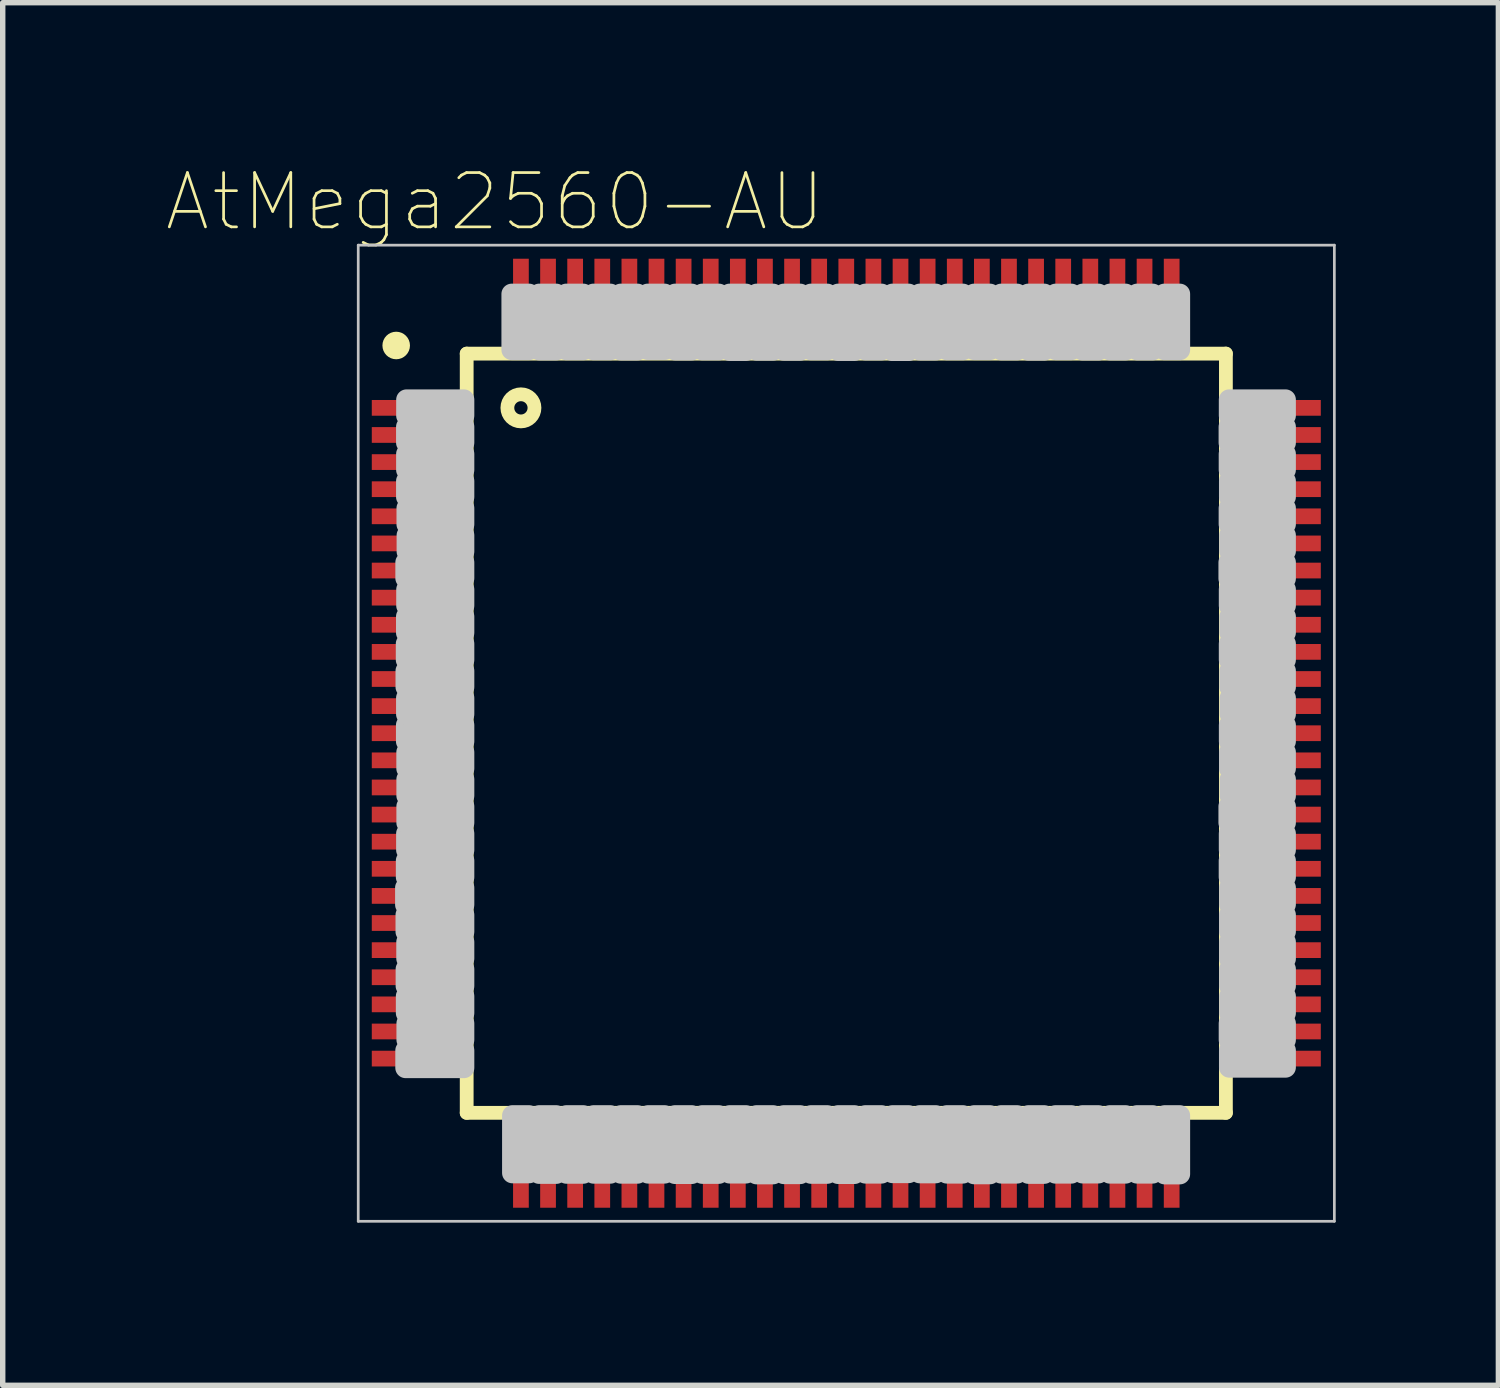
<source format=kicad_pcb>
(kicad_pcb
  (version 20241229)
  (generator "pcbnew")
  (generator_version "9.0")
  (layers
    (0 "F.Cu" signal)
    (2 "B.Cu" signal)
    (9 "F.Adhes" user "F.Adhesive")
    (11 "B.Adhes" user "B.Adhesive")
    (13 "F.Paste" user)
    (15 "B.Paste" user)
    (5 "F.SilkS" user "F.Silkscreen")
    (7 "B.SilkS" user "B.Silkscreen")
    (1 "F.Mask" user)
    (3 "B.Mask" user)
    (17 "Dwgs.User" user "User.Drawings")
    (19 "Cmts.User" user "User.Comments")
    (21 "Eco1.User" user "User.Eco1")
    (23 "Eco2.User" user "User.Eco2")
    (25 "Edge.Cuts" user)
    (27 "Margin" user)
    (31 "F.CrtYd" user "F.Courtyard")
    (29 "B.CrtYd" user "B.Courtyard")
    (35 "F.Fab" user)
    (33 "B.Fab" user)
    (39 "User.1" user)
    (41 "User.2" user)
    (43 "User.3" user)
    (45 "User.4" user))
  (footprint "AtMega2560-AU"
    (layer "F.Cu")
    (at 12.556 10.471)
    (property "Reference" "AtMega2560-AU" (at -6.478 -9.798 0) (layer "F.SilkS") (effects (font (size 1.001 1.001) (thickness 0.05))))
    (attr smd)
    (fp_line (start -7 -7) (end 7 -7) (stroke (width 0.254) (type solid)) (layer "F.SilkS"))
    (fp_line (start -7 7) (end -7 -7) (stroke (width 0.254) (type solid)) (layer "F.SilkS"))
    (fp_line (start 7 -7) (end 7 7) (stroke (width 0.254) (type solid)) (layer "F.SilkS"))
    (fp_line (start 7 7) (end -7 7) (stroke (width 0.254) (type solid)) (layer "F.SilkS"))
    (fp_circle (center -8.3 -7.15) (end -8.046 -7.15) (stroke (width 0) (type solid)) (fill yes) (layer "F.SilkS"))
    (fp_circle (center -6 -6) (end -5.75 -6) (stroke (width 0.254) (type solid)) (fill no) (layer "F.SilkS"))
    (fp_line (start -9 -9) (end 9 -9) (stroke (width 0.05) (type solid)) (layer "Dwgs.User"))
    (fp_line (start -9 9) (end -9 -9) (stroke (width 0.05) (type solid)) (layer "Dwgs.User"))
    (fp_line (start 9 -9) (end 9 9) (stroke (width 0.05) (type solid)) (layer "Dwgs.User"))
    (fp_line (start 9 9) (end -9 9) (stroke (width 0.05) (type solid)) (layer "Dwgs.User"))
    (fp_poly (pts (xy -8.13 2.85) (xy -7.05 2.85) (xy -7.05 3.162) (xy -8.13 3.162)) (stroke (width 0.381) (type solid)) (fill no) (layer "Dwgs.User"))
    (fp_poly (pts (xy -8.126 5.85) (xy -7.05 5.85) (xy -7.05 6.17) (xy -8.126 6.17)) (stroke (width 0.381) (type solid)) (fill no) (layer "Dwgs.User"))
    (fp_poly (pts (xy -8.125 -3.15) (xy -7.05 -3.15) (xy -7.05 -2.859) (xy -8.125 -2.859)) (stroke (width 0.381) (type solid)) (fill no) (layer "Dwgs.User"))
    (fp_poly (pts (xy -8.122 -1.15) (xy -7.05 -1.15) (xy -7.05 -0.852) (xy -8.122 -0.852)) (stroke (width 0.381) (type solid)) (fill no) (layer "Dwgs.User"))
    (fp_poly (pts (xy -8.122 3.35) (xy -7.05 3.35) (xy -7.05 3.66) (xy -8.122 3.66)) (stroke (width 0.381) (type solid)) (fill no) (layer "Dwgs.User"))
    (fp_poly (pts (xy -8.12 4.35) (xy -7.05 4.35) (xy -7.05 4.661) (xy -8.12 4.661)) (stroke (width 0.381) (type solid)) (fill no) (layer "Dwgs.User"))
    (fp_poly (pts (xy -8.117 -1.65) (xy -7.05 -1.65) (xy -7.05 -1.353) (xy -8.117 -1.353)) (stroke (width 0.381) (type solid)) (fill no) (layer "Dwgs.User"))
    (fp_poly (pts (xy -8.116 4.85) (xy -7.05 4.85) (xy -7.05 5.16) (xy -8.116 5.16)) (stroke (width 0.381) (type solid)) (fill no) (layer "Dwgs.User"))
    (fp_poly (pts (xy -8.116 2.35) (xy -7.05 2.35) (xy -7.05 2.655) (xy -8.116 2.655)) (stroke (width 0.381) (type solid)) (fill no) (layer "Dwgs.User"))
    (fp_poly (pts (xy -8.114 -0.15) (xy -7.05 -0.15) (xy -7.05 0.15) (xy -8.114 0.15)) (stroke (width 0.381) (type solid)) (fill no) (layer "Dwgs.User"))
    (fp_poly (pts (xy -8.113 -2.15) (xy -7.05 -2.15) (xy -7.05 -1.853) (xy -8.113 -1.853)) (stroke (width 0.381) (type solid)) (fill no) (layer "Dwgs.User"))
    (fp_poly (pts (xy -8.112 -4.65) (xy -7.05 -4.65) (xy -7.05 -4.357) (xy -8.112 -4.357)) (stroke (width 0.381) (type solid)) (fill no) (layer "Dwgs.User"))
    (fp_poly (pts (xy -8.112 -0.65) (xy -7.05 -0.65) (xy -7.05 -0.351) (xy -8.112 -0.351)) (stroke (width 0.381) (type solid)) (fill no) (layer "Dwgs.User"))
    (fp_poly (pts (xy -8.112 -5.65) (xy -7.05 -5.65) (xy -7.05 -5.358) (xy -8.112 -5.358)) (stroke (width 0.381) (type solid)) (fill no) (layer "Dwgs.User"))
    (fp_poly (pts (xy -8.111 1.85) (xy -7.05 1.85) (xy -7.05 2.153) (xy -8.111 2.153)) (stroke (width 0.381) (type solid)) (fill no) (layer "Dwgs.User"))
    (fp_poly (pts (xy -8.111 -5.15) (xy -7.05 -5.15) (xy -7.05 -4.856) (xy -8.111 -4.856)) (stroke (width 0.381) (type solid)) (fill no) (layer "Dwgs.User"))
    (fp_poly (pts (xy -8.11 -6.15) (xy -7.05 -6.15) (xy -7.05 -5.857) (xy -8.11 -5.857)) (stroke (width 0.381) (type solid)) (fill no) (layer "Dwgs.User"))
    (fp_poly (pts (xy -8.109 -2.65) (xy -7.05 -2.65) (xy -7.05 -2.353) (xy -8.109 -2.353)) (stroke (width 0.381) (type solid)) (fill no) (layer "Dwgs.User"))
    (fp_poly (pts (xy -8.108 3.85) (xy -7.05 3.85) (xy -7.05 4.154) (xy -8.108 4.154)) (stroke (width 0.381) (type solid)) (fill no) (layer "Dwgs.User"))
    (fp_poly (pts (xy -8.107 0.35) (xy -7.05 0.35) (xy -7.05 0.651) (xy -8.107 0.651)) (stroke (width 0.381) (type solid)) (fill no) (layer "Dwgs.User"))
    (fp_poly (pts (xy -8.106 0.85) (xy -7.05 0.85) (xy -7.05 1.151) (xy -8.106 1.151)) (stroke (width 0.381) (type solid)) (fill no) (layer "Dwgs.User"))
    (fp_poly (pts (xy -8.106 1.35) (xy -7.05 1.35) (xy -7.05 1.651) (xy -8.106 1.651)) (stroke (width 0.381) (type solid)) (fill no) (layer "Dwgs.User"))
    (fp_poly (pts (xy -8.105 5.35) (xy -7.05 5.35) (xy -7.05 5.653) (xy -8.105 5.653)) (stroke (width 0.381) (type solid)) (fill no) (layer "Dwgs.User"))
    (fp_poly (pts (xy -8.104 -4.15) (xy -7.05 -4.15) (xy -7.05 -3.852) (xy -8.104 -3.852)) (stroke (width 0.381) (type solid)) (fill no) (layer "Dwgs.User"))
    (fp_poly (pts (xy -8.102 -3.65) (xy -7.05 -3.65) (xy -7.05 -3.351) (xy -8.102 -3.351)) (stroke (width 0.381) (type solid)) (fill no) (layer "Dwgs.User"))
    (fp_poly (pts (xy -6.169 -8.1) (xy -5.85 -8.1) (xy -5.85 -7.071) (xy -6.169 -7.071)) (stroke (width 0.381) (type solid)) (fill no) (layer "Dwgs.User"))
    (fp_poly (pts (xy -6.157 7.05) (xy -5.85 7.05) (xy -5.85 8.109) (xy -6.157 8.109)) (stroke (width 0.381) (type solid)) (fill no) (layer "Dwgs.User"))
    (fp_poly (pts (xy -5.664 7.05) (xy -5.35 7.05) (xy -5.35 8.12) (xy -5.664 8.12)) (stroke (width 0.381) (type solid)) (fill no) (layer "Dwgs.User"))
    (fp_poly (pts (xy -5.663 -8.1) (xy -5.35 -8.1) (xy -5.35 -7.066) (xy -5.663 -7.066)) (stroke (width 0.381) (type solid)) (fill no) (layer "Dwgs.User"))
    (fp_poly (pts (xy -5.164 -8.1) (xy -4.85 -8.1) (xy -4.85 -7.069) (xy -5.164 -7.069)) (stroke (width 0.381) (type solid)) (fill no) (layer "Dwgs.User"))
    (fp_poly (pts (xy -5.161 7.05) (xy -4.85 7.05) (xy -4.85 8.117) (xy -5.161 8.117)) (stroke (width 0.381) (type solid)) (fill no) (layer "Dwgs.User"))
    (fp_poly (pts (xy -4.663 -8.1) (xy -4.35 -8.1) (xy -4.35 -7.069) (xy -4.663 -7.069)) (stroke (width 0.381) (type solid)) (fill no) (layer "Dwgs.User"))
    (fp_poly (pts (xy -4.659 7.05) (xy -4.35 7.05) (xy -4.35 8.116) (xy -4.659 8.116)) (stroke (width 0.381) (type solid)) (fill no) (layer "Dwgs.User"))
    (fp_poly (pts (xy -4.159 -8.1) (xy -3.85 -8.1) (xy -3.85 -7.065) (xy -4.159 -7.065)) (stroke (width 0.381) (type solid)) (fill no) (layer "Dwgs.User"))
    (fp_poly (pts (xy -4.158 7.05) (xy -3.85 7.05) (xy -3.85 8.116) (xy -4.158 8.116)) (stroke (width 0.381) (type solid)) (fill no) (layer "Dwgs.User"))
    (fp_poly (pts (xy -3.662 -8.1) (xy -3.35 -8.1) (xy -3.35 -7.074) (xy -3.662 -7.074)) (stroke (width 0.381) (type solid)) (fill no) (layer "Dwgs.User"))
    (fp_poly (pts (xy -3.656 7.05) (xy -3.35 7.05) (xy -3.35 8.114) (xy -3.656 8.114)) (stroke (width 0.381) (type solid)) (fill no) (layer "Dwgs.User"))
    (fp_poly (pts (xy -3.159 7.05) (xy -2.85 7.05) (xy -2.85 8.122) (xy -3.159 8.122)) (stroke (width 0.381) (type solid)) (fill no) (layer "Dwgs.User"))
    (fp_poly (pts (xy -3.157 -8.1) (xy -2.85 -8.1) (xy -2.85 -7.065) (xy -3.157 -7.065)) (stroke (width 0.381) (type solid)) (fill no) (layer "Dwgs.User"))
    (fp_poly (pts (xy -2.656 7.05) (xy -2.35 7.05) (xy -2.35 8.119) (xy -2.656 8.119)) (stroke (width 0.381) (type solid)) (fill no) (layer "Dwgs.User"))
    (fp_poly (pts (xy -2.656 -8.1) (xy -2.35 -8.1) (xy -2.35 -7.067) (xy -2.656 -7.067)) (stroke (width 0.381) (type solid)) (fill no) (layer "Dwgs.User"))
    (fp_poly (pts (xy -2.153 7.05) (xy -1.85 7.05) (xy -1.85 8.113) (xy -2.153 8.113)) (stroke (width 0.381) (type solid)) (fill no) (layer "Dwgs.User"))
    (fp_poly (pts (xy -2.152 -8.1) (xy -1.85 -8.1) (xy -1.85 -7.056) (xy -2.152 -7.056)) (stroke (width 0.381) (type solid)) (fill no) (layer "Dwgs.User"))
    (fp_poly (pts (xy -1.656 7.05) (xy -1.35 7.05) (xy -1.35 8.128) (xy -1.656 8.128)) (stroke (width 0.381) (type solid)) (fill no) (layer "Dwgs.User"))
    (fp_poly (pts (xy -1.653 -8.1) (xy -1.35 -8.1) (xy -1.35 -7.061) (xy -1.653 -7.061)) (stroke (width 0.381) (type solid)) (fill no) (layer "Dwgs.User"))
    (fp_poly (pts (xy -1.153 7.05) (xy -0.85 7.05) (xy -0.85 8.124) (xy -1.153 8.124)) (stroke (width 0.381) (type solid)) (fill no) (layer "Dwgs.User"))
    (fp_poly (pts (xy -1.152 -8.1) (xy -0.85 -8.1) (xy -0.85 -7.06) (xy -1.152 -7.06)) (stroke (width 0.381) (type solid)) (fill no) (layer "Dwgs.User"))
    (fp_poly (pts (xy -0.652 -8.1) (xy -0.35 -8.1) (xy -0.35 -7.068) (xy -0.652 -7.068)) (stroke (width 0.381) (type solid)) (fill no) (layer "Dwgs.User"))
    (fp_poly (pts (xy -0.651 7.05) (xy -0.35 7.05) (xy -0.35 8.118) (xy -0.651 8.118)) (stroke (width 0.381) (type solid)) (fill no) (layer "Dwgs.User"))
    (fp_poly (pts (xy -0.151 7.05) (xy 0.15 7.05) (xy 0.15 8.122) (xy -0.151 8.122)) (stroke (width 0.381) (type solid)) (fill no) (layer "Dwgs.User"))
    (fp_poly (pts (xy -0.15 -8.1) (xy 0.15 -8.1) (xy 0.15 -7.056) (xy -0.15 -7.056)) (stroke (width 0.381) (type solid)) (fill no) (layer "Dwgs.User"))
    (fp_poly (pts (xy 0.351 7.05) (xy 0.65 7.05) (xy 0.65 8.114) (xy 0.351 8.114)) (stroke (width 0.381) (type solid)) (fill no) (layer "Dwgs.User"))
    (fp_poly (pts (xy 0.351 -8.1) (xy 0.65 -8.1) (xy 0.65 -7.066) (xy 0.351 -7.066)) (stroke (width 0.381) (type solid)) (fill no) (layer "Dwgs.User"))
    (fp_poly (pts (xy 0.85 -8.1) (xy 1.15 -8.1) (xy 1.15 -7.054) (xy 0.85 -7.054)) (stroke (width 0.381) (type solid)) (fill no) (layer "Dwgs.User"))
    (fp_poly (pts (xy 0.851 7.05) (xy 1.15 7.05) (xy 1.15 8.106) (xy 0.851 8.106)) (stroke (width 0.381) (type solid)) (fill no) (layer "Dwgs.User"))
    (fp_poly (pts (xy 1.352 7.05) (xy 1.65 7.05) (xy 1.65 8.109) (xy 1.352 8.109)) (stroke (width 0.381) (type solid)) (fill no) (layer "Dwgs.User"))
    (fp_poly (pts (xy 1.353 -8.1) (xy 1.65 -8.1) (xy 1.65 -7.065) (xy 1.353 -7.065)) (stroke (width 0.381) (type solid)) (fill no) (layer "Dwgs.User"))
    (fp_poly (pts (xy 1.853 7.05) (xy 2.15 7.05) (xy 2.15 8.114) (xy 1.853 8.114)) (stroke (width 0.381) (type solid)) (fill no) (layer "Dwgs.User"))
    (fp_poly (pts (xy 1.855 -8.1) (xy 2.15 -8.1) (xy 2.15 -7.069) (xy 1.855 -7.069)) (stroke (width 0.381) (type solid)) (fill no) (layer "Dwgs.User"))
    (fp_poly (pts (xy 2.357 -8.1) (xy 2.65 -8.1) (xy 2.65 -7.072) (xy 2.357 -7.072)) (stroke (width 0.381) (type solid)) (fill no) (layer "Dwgs.User"))
    (fp_poly (pts (xy 2.358 7.05) (xy 2.65 7.05) (xy 2.65 8.127) (xy 2.358 8.127)) (stroke (width 0.381) (type solid)) (fill no) (layer "Dwgs.User"))
    (fp_poly (pts (xy 2.855 7.05) (xy 3.15 7.05) (xy 3.15 8.114) (xy 2.855 8.114)) (stroke (width 0.381) (type solid)) (fill no) (layer "Dwgs.User"))
    (fp_poly (pts (xy 2.857 -8.1) (xy 3.15 -8.1) (xy 3.15 -7.067) (xy 2.857 -7.067)) (stroke (width 0.381) (type solid)) (fill no) (layer "Dwgs.User"))
    (fp_poly (pts (xy 3.356 -8.1) (xy 3.65 -8.1) (xy 3.65 -7.062) (xy 3.356 -7.062)) (stroke (width 0.381) (type solid)) (fill no) (layer "Dwgs.User"))
    (fp_poly (pts (xy 3.358 7.05) (xy 3.65 7.05) (xy 3.65 8.119) (xy 3.358 8.119)) (stroke (width 0.381) (type solid)) (fill no) (layer "Dwgs.User"))
    (fp_poly (pts (xy 3.857 7.05) (xy 4.15 7.05) (xy 4.15 8.115) (xy 3.857 8.115)) (stroke (width 0.381) (type solid)) (fill no) (layer "Dwgs.User"))
    (fp_poly (pts (xy 3.861 -8.1) (xy 4.15 -8.1) (xy 4.15 -7.071) (xy 3.861 -7.071)) (stroke (width 0.381) (type solid)) (fill no) (layer "Dwgs.User"))
    (fp_poly (pts (xy 4.356 7.05) (xy 4.65 7.05) (xy 4.65 8.112) (xy 4.356 8.112)) (stroke (width 0.381) (type solid)) (fill no) (layer "Dwgs.User"))
    (fp_poly (pts (xy 4.359 -8.1) (xy 4.65 -8.1) (xy 4.65 -7.064) (xy 4.359 -7.064)) (stroke (width 0.381) (type solid)) (fill no) (layer "Dwgs.User"))
    (fp_poly (pts (xy 4.859 7.05) (xy 5.15 7.05) (xy 5.15 8.115) (xy 4.859 8.115)) (stroke (width 0.381) (type solid)) (fill no) (layer "Dwgs.User"))
    (fp_poly (pts (xy 4.861 -8.1) (xy 5.15 -8.1) (xy 5.15 -7.066) (xy 4.861 -7.066)) (stroke (width 0.381) (type solid)) (fill no) (layer "Dwgs.User"))
    (fp_poly (pts (xy 5.359 7.05) (xy 5.65 7.05) (xy 5.65 8.114) (xy 5.359 8.114)) (stroke (width 0.381) (type solid)) (fill no) (layer "Dwgs.User"))
    (fp_poly (pts (xy 5.363 -8.1) (xy 5.65 -8.1) (xy 5.65 -7.067) (xy 5.363 -7.067)) (stroke (width 0.381) (type solid)) (fill no) (layer "Dwgs.User"))
    (fp_poly (pts (xy 5.866 -8.1) (xy 6.15 -8.1) (xy 6.15 -7.07) (xy 5.866 -7.07)) (stroke (width 0.381) (type solid)) (fill no) (layer "Dwgs.User"))
    (fp_poly (pts (xy 5.871 7.05) (xy 6.15 7.05) (xy 6.15 8.129) (xy 5.871 8.129)) (stroke (width 0.381) (type solid)) (fill no) (layer "Dwgs.User"))
    (fp_poly (pts (xy 7.053 1.35) (xy 8.1 1.35) (xy 8.1 1.651) (xy 7.053 1.651)) (stroke (width 0.381) (type solid)) (fill no) (layer "Dwgs.User"))
    (fp_poly (pts (xy 7.053 -3.15) (xy 8.1 -3.15) (xy 8.1 -2.851) (xy 7.053 -2.851)) (stroke (width 0.381) (type solid)) (fill no) (layer "Dwgs.User"))
    (fp_poly (pts (xy 7.056 -5.65) (xy 8.1 -5.65) (xy 8.1 -5.355) (xy 7.056 -5.355)) (stroke (width 0.381) (type solid)) (fill no) (layer "Dwgs.User"))
    (fp_poly (pts (xy 7.057 -4.15) (xy 8.1 -4.15) (xy 8.1 -3.854) (xy 7.057 -3.854)) (stroke (width 0.381) (type solid)) (fill no) (layer "Dwgs.User"))
    (fp_poly (pts (xy 7.058 5.35) (xy 8.1 5.35) (xy 8.1 5.656) (xy 7.058 5.656)) (stroke (width 0.381) (type solid)) (fill no) (layer "Dwgs.User"))
    (fp_poly (pts (xy 7.058 2.35) (xy 8.1 2.35) (xy 8.1 2.653) (xy 7.058 2.653)) (stroke (width 0.381) (type solid)) (fill no) (layer "Dwgs.User"))
    (fp_poly (pts (xy 7.058 -5.15) (xy 8.1 -5.15) (xy 8.1 -4.856) (xy 7.058 -4.856)) (stroke (width 0.381) (type solid)) (fill no) (layer "Dwgs.User"))
    (fp_poly (pts (xy 7.06 -2.65) (xy 8.1 -2.65) (xy 8.1 -2.353) (xy 7.06 -2.353)) (stroke (width 0.381) (type solid)) (fill no) (layer "Dwgs.User"))
    (fp_poly (pts (xy 7.06 1.85) (xy 8.1 1.85) (xy 8.1 2.153) (xy 7.06 2.153)) (stroke (width 0.381) (type solid)) (fill no) (layer "Dwgs.User"))
    (fp_poly (pts (xy 7.06 -1.65) (xy 8.1 -1.65) (xy 8.1 -1.352) (xy 7.06 -1.352)) (stroke (width 0.381) (type solid)) (fill no) (layer "Dwgs.User"))
    (fp_poly (pts (xy 7.06 -6.15) (xy 8.1 -6.15) (xy 8.1 -5.858) (xy 7.06 -5.858)) (stroke (width 0.381) (type solid)) (fill no) (layer "Dwgs.User"))
    (fp_poly (pts (xy 7.061 -0.15) (xy 8.1 -0.15) (xy 8.1 0.15) (xy 7.061 0.15)) (stroke (width 0.381) (type solid)) (fill no) (layer "Dwgs.User"))
    (fp_poly (pts (xy 7.063 -4.65) (xy 8.1 -4.65) (xy 8.1 -4.358) (xy 7.063 -4.358)) (stroke (width 0.381) (type solid)) (fill no) (layer "Dwgs.User"))
    (fp_poly (pts (xy 7.063 5.85) (xy 8.1 5.85) (xy 8.1 6.161) (xy 7.063 6.161)) (stroke (width 0.381) (type solid)) (fill no) (layer "Dwgs.User"))
    (fp_poly (pts (xy 7.064 3.35) (xy 8.1 3.35) (xy 8.1 3.657) (xy 7.064 3.657)) (stroke (width 0.381) (type solid)) (fill no) (layer "Dwgs.User"))
    (fp_poly (pts (xy 7.064 0.35) (xy 8.1 0.35) (xy 8.1 0.651) (xy 7.064 0.651)) (stroke (width 0.381) (type solid)) (fill no) (layer "Dwgs.User"))
    (fp_poly (pts (xy 7.065 3.85) (xy 8.1 3.85) (xy 8.1 4.159) (xy 7.065 4.159)) (stroke (width 0.381) (type solid)) (fill no) (layer "Dwgs.User"))
    (fp_poly (pts (xy 7.066 4.35) (xy 8.1 4.35) (xy 8.1 4.66) (xy 7.066 4.66)) (stroke (width 0.381) (type solid)) (fill no) (layer "Dwgs.User"))
    (fp_poly (pts (xy 7.066 2.85) (xy 8.1 2.85) (xy 8.1 3.157) (xy 7.066 3.157)) (stroke (width 0.381) (type solid)) (fill no) (layer "Dwgs.User"))
    (fp_poly (pts (xy 7.067 4.85) (xy 8.1 4.85) (xy 8.1 5.162) (xy 7.067 5.162)) (stroke (width 0.381) (type solid)) (fill no) (layer "Dwgs.User"))
    (fp_poly (pts (xy 7.067 -3.65) (xy 8.1 -3.65) (xy 8.1 -3.358) (xy 7.067 -3.358)) (stroke (width 0.381) (type solid)) (fill no) (layer "Dwgs.User"))
    (fp_poly (pts (xy 7.07 -1.15) (xy 8.1 -1.15) (xy 8.1 -0.852) (xy 7.07 -0.852)) (stroke (width 0.381) (type solid)) (fill no) (layer "Dwgs.User"))
    (fp_poly (pts (xy 7.07 -2.15) (xy 8.1 -2.15) (xy 8.1 -1.855) (xy 7.07 -1.855)) (stroke (width 0.381) (type solid)) (fill no) (layer "Dwgs.User"))
    (fp_poly (pts (xy 7.075 -0.65) (xy 8.1 -0.65) (xy 8.1 -0.351) (xy 7.075 -0.351)) (stroke (width 0.381) (type solid)) (fill no) (layer "Dwgs.User"))
    (fp_poly (pts (xy 7.076 0.85) (xy 8.1 0.85) (xy 8.1 1.154) (xy 7.076 1.154)) (stroke (width 0.381) (type solid)) (fill no) (layer "Dwgs.User"))
    (pad "1" smd rect (at -8 -6) (size 1.5 0.29) (layers "F.Cu" "F.Mask" "F.Paste"))
    (pad "2" smd rect (at -8 -5.5) (size 1.5 0.29) (layers "F.Cu" "F.Mask" "F.Paste"))
    (pad "3" smd rect (at -8 -5) (size 1.5 0.29) (layers "F.Cu" "F.Mask" "F.Paste"))
    (pad "4" smd rect (at -8 -4.5) (size 1.5 0.29) (layers "F.Cu" "F.Mask" "F.Paste"))
    (pad "5" smd rect (at -8 -4) (size 1.5 0.29) (layers "F.Cu" "F.Mask" "F.Paste"))
    (pad "6" smd rect (at -8 -3.5) (size 1.5 0.29) (layers "F.Cu" "F.Mask" "F.Paste"))
    (pad "7" smd rect (at -8 -3) (size 1.5 0.29) (layers "F.Cu" "F.Mask" "F.Paste"))
    (pad "8" smd rect (at -8 -2.5) (size 1.5 0.29) (layers "F.Cu" "F.Mask" "F.Paste"))
    (pad "9" smd rect (at -8 -2) (size 1.5 0.29) (layers "F.Cu" "F.Mask" "F.Paste"))
    (pad "10" smd rect (at -8 -1.5) (size 1.5 0.29) (layers "F.Cu" "F.Mask" "F.Paste"))
    (pad "11" smd rect (at -8 -1) (size 1.5 0.29) (layers "F.Cu" "F.Mask" "F.Paste"))
    (pad "12" smd rect (at -8 -0.5) (size 1.5 0.29) (layers "F.Cu" "F.Mask" "F.Paste"))
    (pad "13" smd rect (at -8 0) (size 1.5 0.29) (layers "F.Cu" "F.Mask" "F.Paste"))
    (pad "14" smd rect (at -8 0.5) (size 1.5 0.29) (layers "F.Cu" "F.Mask" "F.Paste"))
    (pad "15" smd rect (at -8 1) (size 1.5 0.29) (layers "F.Cu" "F.Mask" "F.Paste"))
    (pad "16" smd rect (at -8 1.5) (size 1.5 0.29) (layers "F.Cu" "F.Mask" "F.Paste"))
    (pad "17" smd rect (at -8 2) (size 1.5 0.29) (layers "F.Cu" "F.Mask" "F.Paste"))
    (pad "18" smd rect (at -8 2.5) (size 1.5 0.29) (layers "F.Cu" "F.Mask" "F.Paste"))
    (pad "19" smd rect (at -8 3) (size 1.5 0.29) (layers "F.Cu" "F.Mask" "F.Paste"))
    (pad "20" smd rect (at -8 3.5) (size 1.5 0.29) (layers "F.Cu" "F.Mask" "F.Paste"))
    (pad "21" smd rect (at -8 4) (size 1.5 0.29) (layers "F.Cu" "F.Mask" "F.Paste"))
    (pad "22" smd rect (at -8 4.5) (size 1.5 0.29) (layers "F.Cu" "F.Mask" "F.Paste"))
    (pad "23" smd rect (at -8 5) (size 1.5 0.29) (layers "F.Cu" "F.Mask" "F.Paste"))
    (pad "24" smd rect (at -8 5.5) (size 1.5 0.29) (layers "F.Cu" "F.Mask" "F.Paste"))
    (pad "25" smd rect (at -8 6) (size 1.5 0.29) (layers "F.Cu" "F.Mask" "F.Paste"))
    (pad "26" smd rect (at -6 8) (size 0.29 1.5) (layers "F.Cu" "F.Mask" "F.Paste"))
    (pad "27" smd rect (at -5.5 8) (size 0.29 1.5) (layers "F.Cu" "F.Mask" "F.Paste"))
    (pad "28" smd rect (at -5 8) (size 0.29 1.5) (layers "F.Cu" "F.Mask" "F.Paste"))
    (pad "29" smd rect (at -4.5 8) (size 0.29 1.5) (layers "F.Cu" "F.Mask" "F.Paste"))
    (pad "30" smd rect (at -4 8) (size 0.29 1.5) (layers "F.Cu" "F.Mask" "F.Paste"))
    (pad "31" smd rect (at -3.5 8) (size 0.29 1.5) (layers "F.Cu" "F.Mask" "F.Paste"))
    (pad "32" smd rect (at -3 8) (size 0.29 1.5) (layers "F.Cu" "F.Mask" "F.Paste"))
    (pad "33" smd rect (at -2.5 8) (size 0.29 1.5) (layers "F.Cu" "F.Mask" "F.Paste"))
    (pad "34" smd rect (at -2 8) (size 0.29 1.5) (layers "F.Cu" "F.Mask" "F.Paste"))
    (pad "35" smd rect (at -1.5 8) (size 0.29 1.5) (layers "F.Cu" "F.Mask" "F.Paste"))
    (pad "36" smd rect (at -1 8) (size 0.29 1.5) (layers "F.Cu" "F.Mask" "F.Paste"))
    (pad "37" smd rect (at -0.5 8) (size 0.29 1.5) (layers "F.Cu" "F.Mask" "F.Paste"))
    (pad "38" smd rect (at 0 8) (size 0.29 1.5) (layers "F.Cu" "F.Mask" "F.Paste"))
    (pad "39" smd rect (at 0.5 8) (size 0.29 1.5) (layers "F.Cu" "F.Mask" "F.Paste"))
    (pad "40" smd rect (at 1 8) (size 0.29 1.5) (layers "F.Cu" "F.Mask" "F.Paste"))
    (pad "41" smd rect (at 1.5 8) (size 0.29 1.5) (layers "F.Cu" "F.Mask" "F.Paste"))
    (pad "42" smd rect (at 2 8) (size 0.29 1.5) (layers "F.Cu" "F.Mask" "F.Paste"))
    (pad "43" smd rect (at 2.5 8) (size 0.29 1.5) (layers "F.Cu" "F.Mask" "F.Paste"))
    (pad "44" smd rect (at 3 8) (size 0.29 1.5) (layers "F.Cu" "F.Mask" "F.Paste"))
    (pad "45" smd rect (at 3.5 8) (size 0.29 1.5) (layers "F.Cu" "F.Mask" "F.Paste"))
    (pad "46" smd rect (at 4 8) (size 0.29 1.5) (layers "F.Cu" "F.Mask" "F.Paste"))
    (pad "47" smd rect (at 4.5 8) (size 0.29 1.5) (layers "F.Cu" "F.Mask" "F.Paste"))
    (pad "48" smd rect (at 5 8) (size 0.29 1.5) (layers "F.Cu" "F.Mask" "F.Paste"))
    (pad "49" smd rect (at 5.5 8) (size 0.29 1.5) (layers "F.Cu" "F.Mask" "F.Paste"))
    (pad "50" smd rect (at 6 8) (size 0.29 1.5) (layers "F.Cu" "F.Mask" "F.Paste"))
    (pad "51" smd rect (at 8 6) (size 1.5 0.29) (layers "F.Cu" "F.Mask" "F.Paste"))
    (pad "52" smd rect (at 8 5.5) (size 1.5 0.29) (layers "F.Cu" "F.Mask" "F.Paste"))
    (pad "53" smd rect (at 8 5) (size 1.5 0.29) (layers "F.Cu" "F.Mask" "F.Paste"))
    (pad "54" smd rect (at 8 4.5) (size 1.5 0.29) (layers "F.Cu" "F.Mask" "F.Paste"))
    (pad "55" smd rect (at 8 4) (size 1.5 0.29) (layers "F.Cu" "F.Mask" "F.Paste"))
    (pad "56" smd rect (at 8 3.5) (size 1.5 0.29) (layers "F.Cu" "F.Mask" "F.Paste"))
    (pad "57" smd rect (at 8 3) (size 1.5 0.29) (layers "F.Cu" "F.Mask" "F.Paste"))
    (pad "58" smd rect (at 8 2.5) (size 1.5 0.29) (layers "F.Cu" "F.Mask" "F.Paste"))
    (pad "59" smd rect (at 8 2) (size 1.5 0.29) (layers "F.Cu" "F.Mask" "F.Paste"))
    (pad "60" smd rect (at 8 1.5) (size 1.5 0.29) (layers "F.Cu" "F.Mask" "F.Paste"))
    (pad "61" smd rect (at 8 1) (size 1.5 0.29) (layers "F.Cu" "F.Mask" "F.Paste"))
    (pad "62" smd rect (at 8 0.5) (size 1.5 0.29) (layers "F.Cu" "F.Mask" "F.Paste"))
    (pad "63" smd rect (at 8 0) (size 1.5 0.29) (layers "F.Cu" "F.Mask" "F.Paste"))
    (pad "64" smd rect (at 8 -0.5) (size 1.5 0.29) (layers "F.Cu" "F.Mask" "F.Paste"))
    (pad "65" smd rect (at 8 -1) (size 1.5 0.29) (layers "F.Cu" "F.Mask" "F.Paste"))
    (pad "66" smd rect (at 8 -1.5) (size 1.5 0.29) (layers "F.Cu" "F.Mask" "F.Paste"))
    (pad "67" smd rect (at 8 -2) (size 1.5 0.29) (layers "F.Cu" "F.Mask" "F.Paste"))
    (pad "68" smd rect (at 8 -2.5) (size 1.5 0.29) (layers "F.Cu" "F.Mask" "F.Paste"))
    (pad "69" smd rect (at 8 -3) (size 1.5 0.29) (layers "F.Cu" "F.Mask" "F.Paste"))
    (pad "70" smd rect (at 8 -3.5) (size 1.5 0.29) (layers "F.Cu" "F.Mask" "F.Paste"))
    (pad "71" smd rect (at 8 -4) (size 1.5 0.29) (layers "F.Cu" "F.Mask" "F.Paste"))
    (pad "72" smd rect (at 8 -4.5) (size 1.5 0.29) (layers "F.Cu" "F.Mask" "F.Paste"))
    (pad "73" smd rect (at 8 -5) (size 1.5 0.29) (layers "F.Cu" "F.Mask" "F.Paste"))
    (pad "74" smd rect (at 8 -5.5) (size 1.5 0.29) (layers "F.Cu" "F.Mask" "F.Paste"))
    (pad "75" smd rect (at 8 -6) (size 1.5 0.29) (layers "F.Cu" "F.Mask" "F.Paste"))
    (pad "76" smd rect (at 6 -8) (size 0.29 1.5) (layers "F.Cu" "F.Mask" "F.Paste"))
    (pad "77" smd rect (at 5.5 -8) (size 0.29 1.5) (layers "F.Cu" "F.Mask" "F.Paste"))
    (pad "78" smd rect (at 5 -8) (size 0.29 1.5) (layers "F.Cu" "F.Mask" "F.Paste"))
    (pad "79" smd rect (at 4.5 -8) (size 0.29 1.5) (layers "F.Cu" "F.Mask" "F.Paste"))
    (pad "80" smd rect (at 4 -8) (size 0.29 1.5) (layers "F.Cu" "F.Mask" "F.Paste"))
    (pad "81" smd rect (at 3.5 -8) (size 0.29 1.5) (layers "F.Cu" "F.Mask" "F.Paste"))
    (pad "82" smd rect (at 3 -8) (size 0.29 1.5) (layers "F.Cu" "F.Mask" "F.Paste"))
    (pad "83" smd rect (at 2.5 -8) (size 0.29 1.5) (layers "F.Cu" "F.Mask" "F.Paste"))
    (pad "84" smd rect (at 2 -8) (size 0.29 1.5) (layers "F.Cu" "F.Mask" "F.Paste"))
    (pad "85" smd rect (at 1.5 -8) (size 0.29 1.5) (layers "F.Cu" "F.Mask" "F.Paste"))
    (pad "86" smd rect (at 1 -8) (size 0.29 1.5) (layers "F.Cu" "F.Mask" "F.Paste"))
    (pad "87" smd rect (at 0.5 -8) (size 0.29 1.5) (layers "F.Cu" "F.Mask" "F.Paste"))
    (pad "88" smd rect (at 0 -8) (size 0.29 1.5) (layers "F.Cu" "F.Mask" "F.Paste"))
    (pad "89" smd rect (at -0.5 -8) (size 0.29 1.5) (layers "F.Cu" "F.Mask" "F.Paste"))
    (pad "90" smd rect (at -1 -8) (size 0.29 1.5) (layers "F.Cu" "F.Mask" "F.Paste"))
    (pad "91" smd rect (at -1.5 -8) (size 0.29 1.5) (layers "F.Cu" "F.Mask" "F.Paste"))
    (pad "92" smd rect (at -2 -8) (size 0.29 1.5) (layers "F.Cu" "F.Mask" "F.Paste"))
    (pad "93" smd rect (at -2.5 -8) (size 0.29 1.5) (layers "F.Cu" "F.Mask" "F.Paste"))
    (pad "94" smd rect (at -3 -8) (size 0.29 1.5) (layers "F.Cu" "F.Mask" "F.Paste"))
    (pad "95" smd rect (at -3.5 -8) (size 0.29 1.5) (layers "F.Cu" "F.Mask" "F.Paste"))
    (pad "96" smd rect (at -4 -8) (size 0.29 1.5) (layers "F.Cu" "F.Mask" "F.Paste"))
    (pad "97" smd rect (at -4.5 -8) (size 0.29 1.5) (layers "F.Cu" "F.Mask" "F.Paste"))
    (pad "98" smd rect (at -5 -8) (size 0.29 1.5) (layers "F.Cu" "F.Mask" "F.Paste"))
    (pad "99" smd rect (at -5.5 -8) (size 0.29 1.5) (layers "F.Cu" "F.Mask" "F.Paste"))
    (pad "100" smd rect (at -6 -8) (size 0.29 1.5) (layers "F.Cu" "F.Mask" "F.Paste")))
  (gr_rect
    (start -3 -3)
    (end 24.581 22.496)
    (stroke (width 0.1) (type default))
    (fill no)
    (layer "Edge.Cuts")))
</source>
